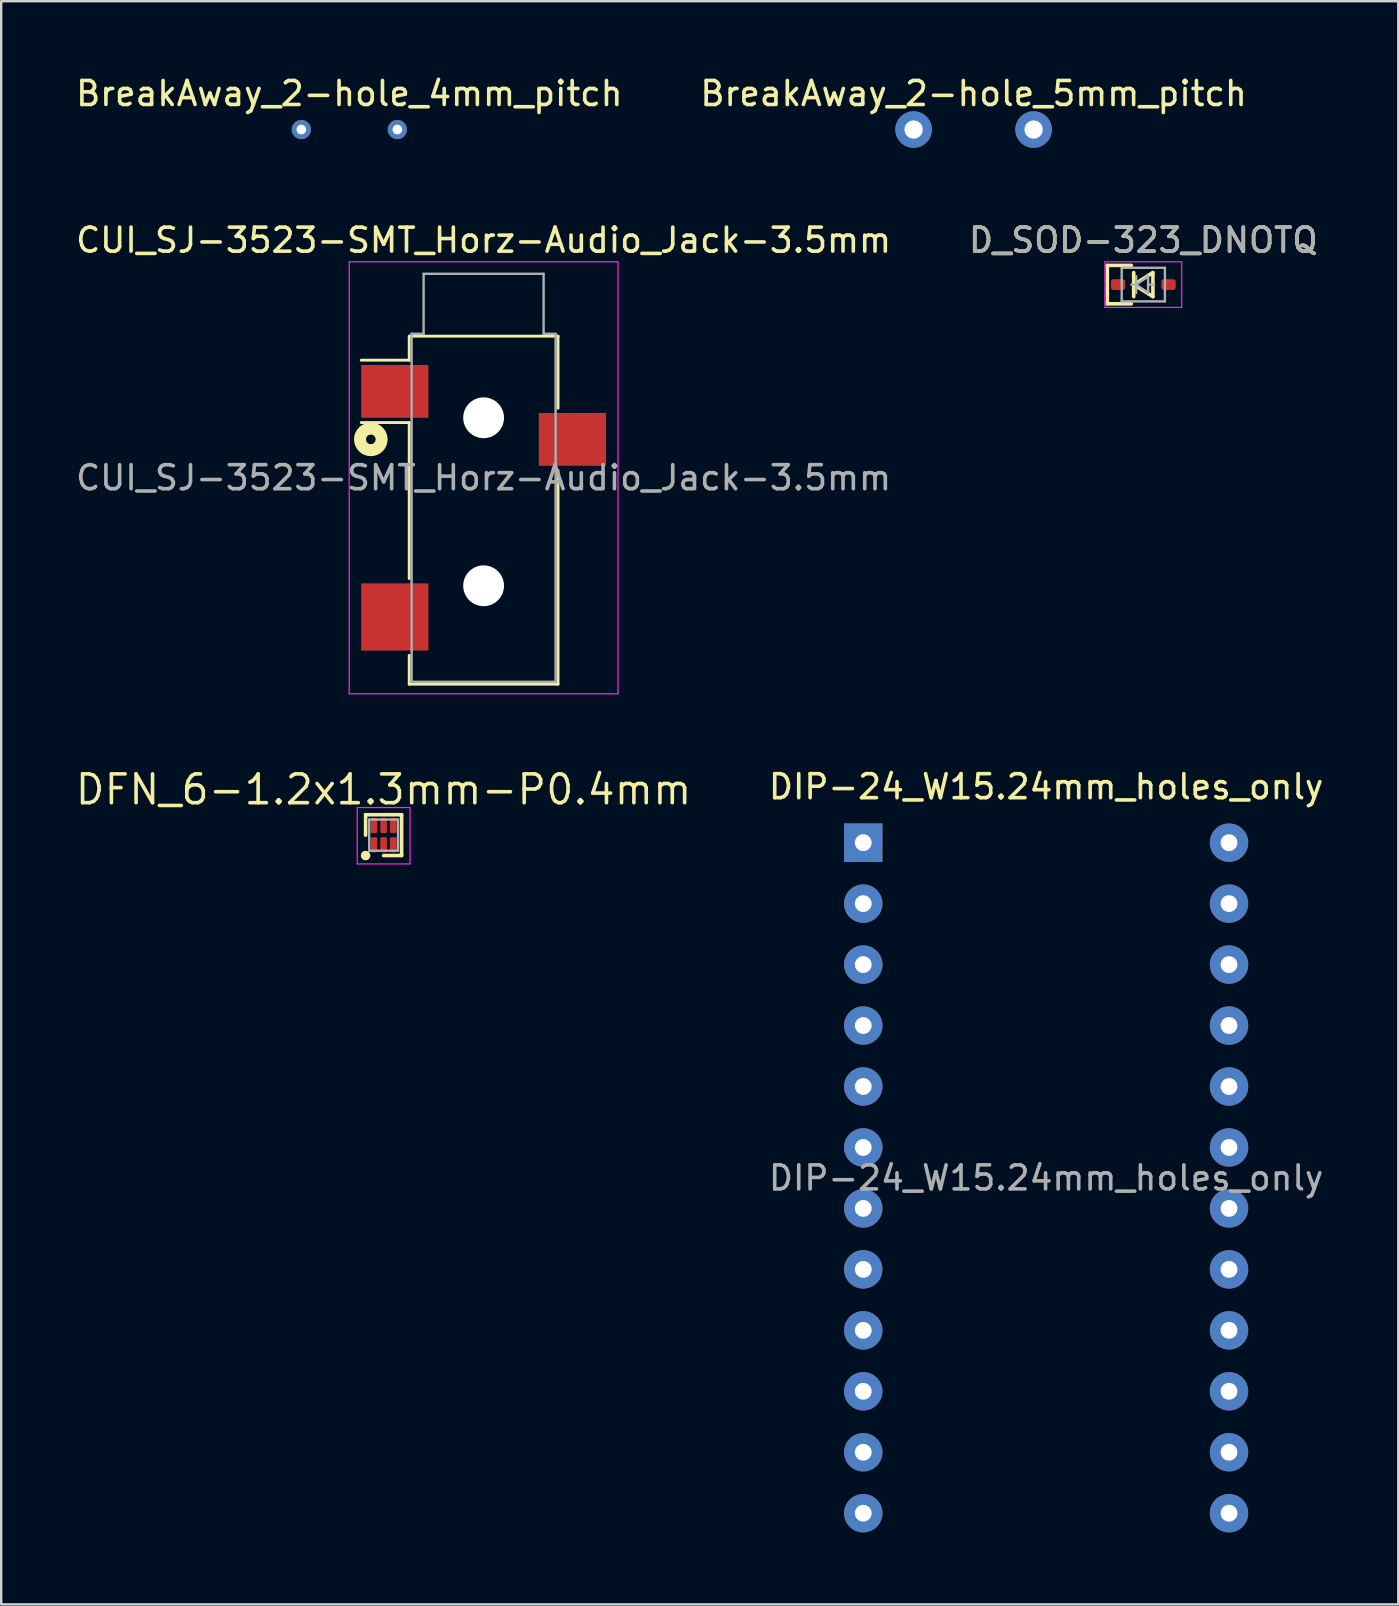
<source format=kicad_pcb>
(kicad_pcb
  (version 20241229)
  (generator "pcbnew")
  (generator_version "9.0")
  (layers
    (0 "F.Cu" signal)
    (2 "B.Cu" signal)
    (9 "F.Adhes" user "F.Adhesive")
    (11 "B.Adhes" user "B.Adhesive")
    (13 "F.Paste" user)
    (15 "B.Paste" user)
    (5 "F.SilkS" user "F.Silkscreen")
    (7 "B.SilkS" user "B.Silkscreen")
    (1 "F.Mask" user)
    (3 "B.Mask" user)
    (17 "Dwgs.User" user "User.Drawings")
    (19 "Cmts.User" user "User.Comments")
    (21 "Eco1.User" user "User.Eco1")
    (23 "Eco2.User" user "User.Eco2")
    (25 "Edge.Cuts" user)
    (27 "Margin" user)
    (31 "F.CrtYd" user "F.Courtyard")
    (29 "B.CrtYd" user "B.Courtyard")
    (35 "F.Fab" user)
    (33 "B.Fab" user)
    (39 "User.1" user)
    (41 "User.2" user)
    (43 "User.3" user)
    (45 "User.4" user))
  (footprint "BreakAway_2-hole_5mm_pitch"
    (layer "F.Cu")
    (at 37.518 2.348)
    (property "Reference" "BreakAway_2-hole_5mm_pitch" (at 0 -1.5 0) (layer "F.SilkS") (effects (font (size 1 1) (thickness 0.15))))
    (attr through_hole)
    (pad "1" thru_hole circle (at -2.5 0) (size 1.524 1.524) (drill 0.762) (layers "*.Cu" "*.Mask"))
    (pad "2" thru_hole circle (at 2.5 0) (size 1.524 1.524) (drill 0.762) (layers "*.Cu" "*.Mask")))
  (footprint "D_SOD-323_DNOTQ"
    (layer "F.Cu")
    (at 44.589 8.809)
    (property "Reference" "D_SOD-323_DNOTQ" (at 0 -1.85 0) (layer "F.SilkS") (effects (font (size 1 1) (thickness 0.15))))
    (attr smd)
    (fp_line (start -1.5 -0.8) (end -1.5 0.8) (stroke (width 0.15) (type solid)) (layer "F.SilkS"))
    (fp_line (start -1.5 -0.8) (end -0.5 -0.8) (stroke (width 0.15) (type solid)) (layer "F.SilkS"))
    (fp_line (start -1.5 0.8) (end -0.5 0.8) (stroke (width 0.15) (type solid)) (layer "F.SilkS"))
    (fp_line (start -0.4 -0.5) (end -0.4 0.5) (stroke (width 0.15) (type solid)) (layer "F.SilkS"))
    (fp_line (start -0.4 0) (end 0.4 -0.5) (stroke (width 0.15) (type solid)) (layer "F.SilkS"))
    (fp_line (start 0.4 -0.5) (end 0.4 0.5) (stroke (width 0.15) (type solid)) (layer "F.SilkS"))
    (fp_line (start 0.4 0.5) (end -0.4 0) (stroke (width 0.15) (type solid)) (layer "F.SilkS"))
    (fp_line (start -1.6 -0.95) (end -1.6 0.95) (stroke (width 0.05) (type solid)) (layer "F.CrtYd"))
    (fp_line (start -1.6 -0.95) (end 1.6 -0.95) (stroke (width 0.05) (type solid)) (layer "F.CrtYd"))
    (fp_line (start -1.6 0.95) (end 1.6 0.95) (stroke (width 0.05) (type solid)) (layer "F.CrtYd"))
    (fp_line (start 1.6 -0.95) (end 1.6 0.95) (stroke (width 0.05) (type solid)) (layer "F.CrtYd"))
    (fp_line (start -0.9 -0.7) (end 0.9 -0.7) (stroke (width 0.1) (type solid)) (layer "F.Fab"))
    (fp_line (start -0.9 0.7) (end -0.9 -0.7) (stroke (width 0.1) (type solid)) (layer "F.Fab"))
    (fp_line (start -0.3 -0.35) (end -0.3 0.35) (stroke (width 0.1) (type solid)) (layer "F.Fab"))
    (fp_line (start -0.3 0) (end -0.5 0) (stroke (width 0.1) (type solid)) (layer "F.Fab"))
    (fp_line (start -0.3 0) (end 0.2 -0.35) (stroke (width 0.1) (type solid)) (layer "F.Fab"))
    (fp_line (start 0.2 -0.35) (end 0.2 0.35) (stroke (width 0.1) (type solid)) (layer "F.Fab"))
    (fp_line (start 0.2 0) (end 0.45 0) (stroke (width 0.1) (type solid)) (layer "F.Fab"))
    (fp_line (start 0.2 0.35) (end -0.3 0) (stroke (width 0.1) (type solid)) (layer "F.Fab"))
    (fp_line (start 0.9 -0.7) (end 0.9 0.7) (stroke (width 0.1) (type solid)) (layer "F.Fab"))
    (fp_line (start 0.9 0.7) (end -0.9 0.7) (stroke (width 0.1) (type solid)) (layer "F.Fab"))
    (fp_text user "${REFERENCE}" (at 0 -1.85 0) (layer "F.Fab") (effects (font (size 1 1) (thickness 0.15))))
    (pad "1" smd roundrect (at -1.05 0) (size 0.6 0.45) (layers "F.Cu" "F.Mask" "F.Paste") (roundrect_rratio 0.25))
    (pad "2" smd roundrect (at 1.05 0) (size 0.6 0.45) (layers "F.Cu" "F.Mask" "F.Paste") (roundrect_rratio 0.25)))
  (footprint "BreakAway_2-hole_4mm_pitch"
    (layer "F.Cu")
    (at 11.506 2.348)
    (property "Reference" "BreakAway_2-hole_4mm_pitch" (at 0 -1.5 0) (layer "F.SilkS") (effects (font (size 1 1) (thickness 0.15))))
    (attr through_hole)
    (pad "1" thru_hole circle (at -2 0) (size 0.8 0.8) (drill 0.4) (layers "*.Cu" "*.Mask"))
    (pad "2" thru_hole circle (at 2 0) (size 0.8 0.8) (drill 0.4) (layers "*.Cu" "*.Mask")))
  (footprint "DFN_6-1.2x1.3mm-P0.4mm"
    (layer "F.Cu")
    (at 12.934 31.749)
    (property "Reference" "DFN_6-1.2x1.3mm-P0.4mm" (at 0 -1.9 0) (layer "F.SilkS") (effects (font (size 1.2 1.2) (thickness 0.15))))
    (attr smd)
    (fp_line (start -0.75 -0.85) (end -0.75 0) (stroke (width 0.15) (type solid)) (layer "F.SilkS"))
    (fp_line (start 0 0.85) (end 0.75 0.85) (stroke (width 0.15) (type solid)) (layer "F.SilkS"))
    (fp_line (start 0.75 -0.85) (end -0.75 -0.85) (stroke (width 0.15) (type solid)) (layer "F.SilkS"))
    (fp_line (start 0.75 0.85) (end 0.75 -0.85) (stroke (width 0.15) (type solid)) (layer "F.SilkS"))
    (fp_circle (center -0.75 0.85) (end -0.65 0.85) (stroke (width 0.2) (type solid)) (fill no) (layer "F.SilkS"))
    (fp_line (start -1.1 -1.15) (end 1.1 -1.15) (stroke (width 0.05) (type solid)) (layer "F.CrtYd"))
    (fp_line (start -1.1 1.2) (end -1.1 -1.15) (stroke (width 0.05) (type solid)) (layer "F.CrtYd"))
    (fp_line (start 1.1 -1.15) (end 1.1 1.2) (stroke (width 0.05) (type solid)) (layer "F.CrtYd"))
    (fp_line (start 1.1 1.2) (end -1.1 1.2) (stroke (width 0.05) (type solid)) (layer "F.CrtYd"))
    (fp_line (start -0.6 -0.65) (end -0.6 0.65) (stroke (width 0.1) (type solid)) (layer "F.Fab"))
    (fp_line (start -0.6 0.65) (end 0.6 0.65) (stroke (width 0.1) (type solid)) (layer "F.Fab"))
    (fp_line (start 0.6 -0.65) (end -0.6 -0.65) (stroke (width 0.1) (type solid)) (layer "F.Fab"))
    (fp_line (start 0.6 0.65) (end 0.6 -0.65) (stroke (width 0.1) (type solid)) (layer "F.Fab"))
    (pad "1" smd roundrect (at -0.4 0.4) (size 0.28 0.63) (layers "F.Cu" "F.Mask" "F.Paste") (roundrect_rratio 0.25))
    (pad "2" smd roundrect (at 0 0.4) (size 0.28 0.63) (layers "F.Cu" "F.Mask" "F.Paste") (roundrect_rratio 0.25))
    (pad "3" smd roundrect (at 0.4 0.4) (size 0.28 0.63) (layers "F.Cu" "F.Mask" "F.Paste") (roundrect_rratio 0.25))
    (pad "4" smd roundrect (at 0.4 -0.4) (size 0.28 0.63) (layers "F.Cu" "F.Mask" "F.Paste") (roundrect_rratio 0.25))
    (pad "5" smd roundrect (at 0 -0.4) (size 0.28 0.63) (layers "F.Cu" "F.Mask" "F.Paste") (roundrect_rratio 0.25))
    (pad "6" smd roundrect (at -0.4 -0.4) (size 0.28 0.63) (layers "F.Cu" "F.Mask" "F.Paste") (roundrect_rratio 0.25)))
  (footprint "CUI_SJ-3523-SMT_Horz-Audio_Jack-3.5mm"
    (layer "F.Cu")
    (at 17.101 16.858)
    (property "Reference" "CUI_SJ-3523-SMT_Horz-Audio_Jack-3.5mm" (at 0 -9.9 0) (layer "F.SilkS") (effects (font (size 1 1) (thickness 0.15))))
    (attr smd)
    (fp_line (start -3.1 -5.9) (end 3.1 -5.9) (stroke (width 0.12) (type solid)) (layer "F.SilkS"))
    (fp_line (start -3.1 -4.9) (end -5.1 -4.9) (stroke (width 0.12) (type solid)) (layer "F.SilkS"))
    (fp_line (start -3.1 -4.9) (end -3.1 -5.9) (stroke (width 0.12) (type solid)) (layer "F.SilkS"))
    (fp_line (start -3.1 -2.3) (end -5.1 -2.3) (stroke (width 0.12) (type solid)) (layer "F.SilkS"))
    (fp_line (start -3.1 4.2) (end -3.1 -2.3) (stroke (width 0.12) (type solid)) (layer "F.SilkS"))
    (fp_line (start -3.1 8.6) (end -3.1 7.4) (stroke (width 0.12) (type solid)) (layer "F.SilkS"))
    (fp_line (start 3.1 -5.9) (end 3.1 -2.9) (stroke (width 0.12) (type solid)) (layer "F.SilkS"))
    (fp_line (start 3.1 -0.3) (end 3.1 8.6) (stroke (width 0.12) (type solid)) (layer "F.SilkS"))
    (fp_line (start 3.1 8.6) (end -3.1 8.6) (stroke (width 0.12) (type solid)) (layer "F.SilkS"))
    (fp_circle (center -4.7 -1.6) (end -4.5 -1.6) (stroke (width 0.5) (type solid)) (fill no) (layer "F.SilkS"))
    (fp_line (start -5.6 -9) (end 5.6 -9) (stroke (width 0.05) (type solid)) (layer "F.CrtYd"))
    (fp_line (start -5.6 9) (end -5.6 -9) (stroke (width 0.05) (type solid)) (layer "F.CrtYd"))
    (fp_line (start 5.6 -9) (end 5.6 9) (stroke (width 0.05) (type solid)) (layer "F.CrtYd"))
    (fp_line (start 5.6 9) (end -5.6 9) (stroke (width 0.05) (type solid)) (layer "F.CrtYd"))
    (fp_line (start -3 -6) (end -2.5 -6) (stroke (width 0.1) (type solid)) (layer "F.Fab"))
    (fp_line (start -3 8.5) (end -3 -6) (stroke (width 0.1) (type solid)) (layer "F.Fab"))
    (fp_line (start -2.5 -8.5) (end 2.5 -8.5) (stroke (width 0.1) (type solid)) (layer "F.Fab"))
    (fp_line (start -2.5 -6) (end -2.5 -8.5) (stroke (width 0.1) (type solid)) (layer "F.Fab"))
    (fp_line (start 2.5 -8.5) (end 2.5 -6) (stroke (width 0.1) (type solid)) (layer "F.Fab"))
    (fp_line (start 2.5 -6) (end 3 -6) (stroke (width 0.1) (type solid)) (layer "F.Fab"))
    (fp_line (start 3 -6) (end 3 8.5) (stroke (width 0.1) (type solid)) (layer "F.Fab"))
    (fp_line (start 3 8.5) (end -3 8.5) (stroke (width 0.1) (type solid)) (layer "F.Fab"))
    (fp_text user "${REFERENCE}" (at 0 0 0) (layer "F.Fab") (effects (font (size 1 1) (thickness 0.15))))
    (pad "" np_thru_hole circle (at 0 -2.5) (size 1.7 1.7) (drill 1.7) (layers "*.Cu" "*.Mask"))
    (pad "" np_thru_hole circle (at 0 4.5) (size 1.7 1.7) (drill 1.7) (layers "*.Cu" "*.Mask"))
    (pad "1" smd rect (at -3.7 -3.6) (size 2.8 2.2) (layers "F.Cu" "F.Mask" "F.Paste"))
    (pad "2" smd rect (at -3.7 5.8) (size 2.8 2.8) (layers "F.Cu" "F.Mask" "F.Paste"))
    (pad "3" smd rect (at 3.7 -1.6) (size 2.8 2.2) (layers "F.Cu" "F.Mask" "F.Paste")))
  (footprint "DIP-24_W15.24mm_holes_only"
    (layer "F.Cu")
    (at 32.92 32.062)
    (property "Reference" "DIP-24_W15.24mm_holes_only" (at 7.62 -2.33 0) (layer "F.SilkS") (effects (font (size 1 1) (thickness 0.15))))
    (attr through_hole)
    (fp_text user "${REFERENCE}" (at 7.62 13.97 0) (layer "F.Fab") (effects (font (size 1 1) (thickness 0.15))))
    (pad "1" thru_hole rect (at 0 0) (size 1.6 1.6) (drill 0.7) (layers "*.Cu" "*.Mask"))
    (pad "2" thru_hole oval (at 0 2.54) (size 1.6 1.6) (drill 0.7) (layers "*.Cu" "*.Mask"))
    (pad "3" thru_hole oval (at 0 5.08) (size 1.6 1.6) (drill 0.7) (layers "*.Cu" "*.Mask"))
    (pad "4" thru_hole oval (at 0 7.62) (size 1.6 1.6) (drill 0.7) (layers "*.Cu" "*.Mask"))
    (pad "5" thru_hole oval (at 0 10.16) (size 1.6 1.6) (drill 0.7) (layers "*.Cu" "*.Mask"))
    (pad "6" thru_hole oval (at 0 12.7) (size 1.6 1.6) (drill 0.7) (layers "*.Cu" "*.Mask"))
    (pad "7" thru_hole oval (at 0 15.24) (size 1.6 1.6) (drill 0.7) (layers "*.Cu" "*.Mask"))
    (pad "8" thru_hole oval (at 0 17.78) (size 1.6 1.6) (drill 0.7) (layers "*.Cu" "*.Mask"))
    (pad "9" thru_hole oval (at 0 20.32) (size 1.6 1.6) (drill 0.7) (layers "*.Cu" "*.Mask"))
    (pad "10" thru_hole oval (at 0 22.86) (size 1.6 1.6) (drill 0.7) (layers "*.Cu" "*.Mask"))
    (pad "11" thru_hole oval (at 0 25.4) (size 1.6 1.6) (drill 0.7) (layers "*.Cu" "*.Mask"))
    (pad "12" thru_hole oval (at 0 27.94) (size 1.6 1.6) (drill 0.7) (layers "*.Cu" "*.Mask"))
    (pad "13" thru_hole oval (at 15.24 27.94) (size 1.6 1.6) (drill 0.7) (layers "*.Cu" "*.Mask"))
    (pad "14" thru_hole oval (at 15.24 25.4) (size 1.6 1.6) (drill 0.7) (layers "*.Cu" "*.Mask"))
    (pad "15" thru_hole oval (at 15.24 22.86) (size 1.6 1.6) (drill 0.7) (layers "*.Cu" "*.Mask"))
    (pad "16" thru_hole oval (at 15.24 20.32) (size 1.6 1.6) (drill 0.7) (layers "*.Cu" "*.Mask"))
    (pad "17" thru_hole oval (at 15.24 17.78) (size 1.6 1.6) (drill 0.7) (layers "*.Cu" "*.Mask"))
    (pad "18" thru_hole oval (at 15.24 15.24) (size 1.6 1.6) (drill 0.7) (layers "*.Cu" "*.Mask"))
    (pad "19" thru_hole oval (at 15.24 12.7) (size 1.6 1.6) (drill 0.7) (layers "*.Cu" "*.Mask"))
    (pad "20" thru_hole oval (at 15.24 10.16) (size 1.6 1.6) (drill 0.7) (layers "*.Cu" "*.Mask"))
    (pad "21" thru_hole oval (at 15.24 7.62) (size 1.6 1.6) (drill 0.7) (layers "*.Cu" "*.Mask"))
    (pad "22" thru_hole oval (at 15.24 5.08) (size 1.6 1.6) (drill 0.7) (layers "*.Cu" "*.Mask"))
    (pad "23" thru_hole oval (at 15.24 2.54) (size 1.6 1.6) (drill 0.7) (layers "*.Cu" "*.Mask"))
    (pad "24" thru_hole oval (at 15.24 0) (size 1.6 1.6) (drill 0.7) (layers "*.Cu" "*.Mask")))
  (gr_rect
    (start -3 -3)
    (end 55.212 63.802)
    (stroke (width 0.1) (type default))
    (fill no)
    (layer "Edge.Cuts")))
</source>
